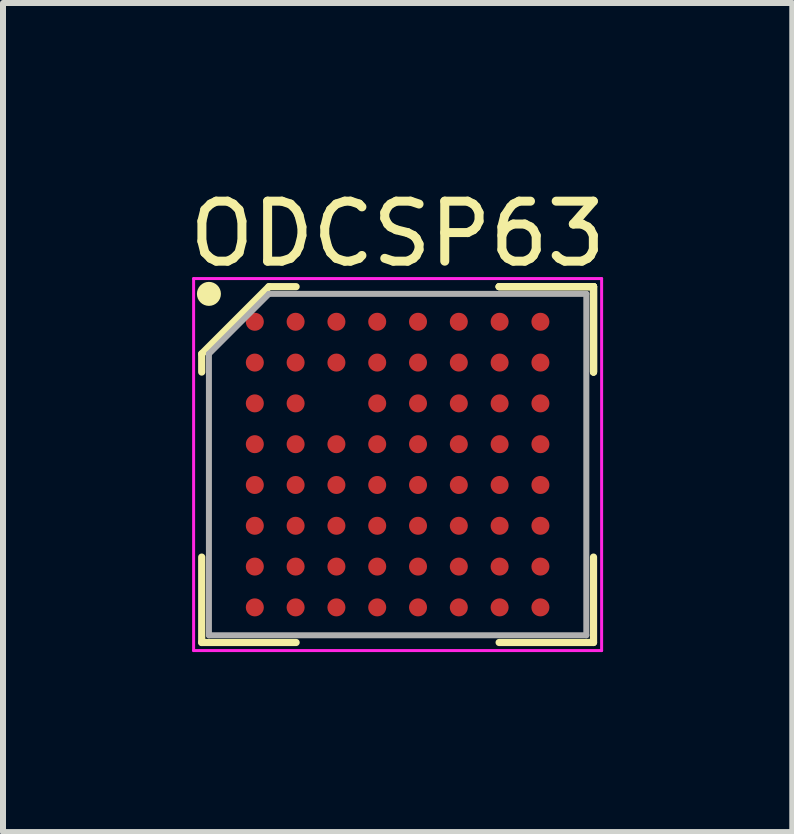
<source format=kicad_pcb>
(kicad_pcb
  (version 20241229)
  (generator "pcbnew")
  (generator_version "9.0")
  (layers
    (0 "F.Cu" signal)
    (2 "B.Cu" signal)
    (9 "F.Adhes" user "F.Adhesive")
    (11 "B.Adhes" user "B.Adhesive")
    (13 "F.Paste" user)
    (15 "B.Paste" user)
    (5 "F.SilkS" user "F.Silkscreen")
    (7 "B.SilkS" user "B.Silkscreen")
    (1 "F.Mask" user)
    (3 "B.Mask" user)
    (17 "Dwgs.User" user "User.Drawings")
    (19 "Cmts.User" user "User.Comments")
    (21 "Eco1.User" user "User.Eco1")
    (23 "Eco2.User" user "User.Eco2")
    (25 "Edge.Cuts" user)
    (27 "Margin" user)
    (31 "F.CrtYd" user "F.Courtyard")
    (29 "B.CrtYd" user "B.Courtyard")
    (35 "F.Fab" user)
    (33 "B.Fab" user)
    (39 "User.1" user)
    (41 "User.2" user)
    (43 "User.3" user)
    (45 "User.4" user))
  (footprint "ODCSP63"
    (layer "F.Cu")
    (at 3.577 4.693)
    (property "Reference" "ODCSP63" (at 0 -3.845 0) (layer "F.SilkS") (effects (font (size 1 1) (thickness 0.15))))
    (attr through_hole)
    (fp_line (start -3.265 -1.845) (end -3.265 -1.542) (stroke (width 0.12) (type solid)) (layer "F.SilkS"))
    (fp_line (start -3.265 2.965) (end -3.265 1.542) (stroke (width 0.12) (type solid)) (layer "F.SilkS"))
    (fp_line (start -2.145 -2.965) (end -3.265 -1.845) (stroke (width 0.12) (type solid)) (layer "F.SilkS"))
    (fp_line (start -1.692 -2.965) (end -2.145 -2.965) (stroke (width 0.12) (type solid)) (layer "F.SilkS"))
    (fp_line (start -1.692 2.965) (end -3.265 2.965) (stroke (width 0.12) (type solid)) (layer "F.SilkS"))
    (fp_line (start 1.692 -2.965) (end 3.265 -2.965) (stroke (width 0.12) (type solid)) (layer "F.SilkS"))
    (fp_line (start 1.692 -2.965) (end 3.265 -2.965) (stroke (width 0.12) (type solid)) (layer "F.SilkS"))
    (fp_line (start 1.692 -2.965) (end 3.265 -2.965) (stroke (width 0.12) (type solid)) (layer "F.SilkS"))
    (fp_line (start 1.692 2.965) (end 3.265 2.965) (stroke (width 0.12) (type solid)) (layer "F.SilkS"))
    (fp_line (start 3.265 -2.965) (end 3.265 -1.542) (stroke (width 0.12) (type solid)) (layer "F.SilkS"))
    (fp_line (start 3.265 -2.965) (end 3.265 -1.542) (stroke (width 0.12) (type solid)) (layer "F.SilkS"))
    (fp_line (start 3.265 -2.965) (end 3.265 -1.542) (stroke (width 0.12) (type solid)) (layer "F.SilkS"))
    (fp_line (start 3.265 2.965) (end 3.265 1.542) (stroke (width 0.12) (type solid)) (layer "F.SilkS"))
    (fp_circle (center -3.145 -2.845) (end -3.145 -2.745) (stroke (width 0.2) (type solid)) (fill no) (layer "F.SilkS"))
    (fp_line (start -3.4 -3.1) (end 3.4 -3.1) (stroke (width 0.05) (type solid)) (layer "F.CrtYd"))
    (fp_line (start -3.4 3.1) (end -3.4 -3.1) (stroke (width 0.05) (type solid)) (layer "F.CrtYd"))
    (fp_line (start 3.4 -3.1) (end 3.4 3.1) (stroke (width 0.05) (type solid)) (layer "F.CrtYd"))
    (fp_line (start 3.4 3.1) (end -3.4 3.1) (stroke (width 0.05) (type solid)) (layer "F.CrtYd"))
    (fp_line (start -3.145 -1.845) (end -3.145 2.845) (stroke (width 0.1) (type solid)) (layer "F.Fab"))
    (fp_line (start -3.145 2.845) (end 3.145 2.845) (stroke (width 0.1) (type solid)) (layer "F.Fab"))
    (fp_line (start -2.145 -2.845) (end -3.145 -1.845) (stroke (width 0.1) (type solid)) (layer "F.Fab"))
    (fp_line (start 3.145 -2.845) (end -2.145 -2.845) (stroke (width 0.1) (type solid)) (layer "F.Fab"))
    (fp_line (start 3.145 2.845) (end 3.145 -2.845) (stroke (width 0.1) (type solid)) (layer "F.Fab"))
    (pad "A1" smd circle (at -2.38 -2.38) (size 0.3 0.3) (layers "F.Cu" "F.Mask" "F.Paste"))
    (pad "A2" smd circle (at -1.7 -2.38) (size 0.3 0.3) (layers "F.Cu" "F.Mask" "F.Paste"))
    (pad "A3" smd circle (at -1.02 -2.38) (size 0.3 0.3) (layers "F.Cu" "F.Mask" "F.Paste"))
    (pad "A4" smd circle (at -0.34 -2.38) (size 0.3 0.3) (layers "F.Cu" "F.Mask" "F.Paste"))
    (pad "A5" smd circle (at 0.34 -2.38) (size 0.3 0.3) (layers "F.Cu" "F.Mask" "F.Paste"))
    (pad "A6" smd circle (at 1.02 -2.38) (size 0.3 0.3) (layers "F.Cu" "F.Mask" "F.Paste"))
    (pad "A7" smd circle (at 1.7 -2.38) (size 0.3 0.3) (layers "F.Cu" "F.Mask" "F.Paste"))
    (pad "A8" smd circle (at 2.38 -2.38) (size 0.3 0.3) (layers "F.Cu" "F.Mask" "F.Paste"))
    (pad "B1" smd circle (at -2.38 -1.7) (size 0.3 0.3) (layers "F.Cu" "F.Mask" "F.Paste"))
    (pad "B2" smd circle (at -1.7 -1.7) (size 0.3 0.3) (layers "F.Cu" "F.Mask" "F.Paste"))
    (pad "B3" smd circle (at -1.02 -1.7) (size 0.3 0.3) (layers "F.Cu" "F.Mask" "F.Paste"))
    (pad "B4" smd circle (at -0.34 -1.7) (size 0.3 0.3) (layers "F.Cu" "F.Mask" "F.Paste"))
    (pad "B5" smd circle (at 0.34 -1.7) (size 0.3 0.3) (layers "F.Cu" "F.Mask" "F.Paste"))
    (pad "B6" smd circle (at 1.02 -1.7) (size 0.3 0.3) (layers "F.Cu" "F.Mask" "F.Paste"))
    (pad "B7" smd circle (at 1.7 -1.7) (size 0.3 0.3) (layers "F.Cu" "F.Mask" "F.Paste"))
    (pad "B8" smd circle (at 2.38 -1.7) (size 0.3 0.3) (layers "F.Cu" "F.Mask" "F.Paste"))
    (pad "C1" smd circle (at -2.38 -1.02) (size 0.3 0.3) (layers "F.Cu" "F.Mask" "F.Paste"))
    (pad "C2" smd circle (at -1.7 -1.02) (size 0.3 0.3) (layers "F.Cu" "F.Mask" "F.Paste"))
    (pad "C4" smd circle (at -0.34 -1.02) (size 0.3 0.3) (layers "F.Cu" "F.Mask" "F.Paste"))
    (pad "C5" smd circle (at 0.34 -1.02) (size 0.3 0.3) (layers "F.Cu" "F.Mask" "F.Paste"))
    (pad "C6" smd circle (at 1.02 -1.02) (size 0.3 0.3) (layers "F.Cu" "F.Mask" "F.Paste"))
    (pad "C7" smd circle (at 1.7 -1.02) (size 0.3 0.3) (layers "F.Cu" "F.Mask" "F.Paste"))
    (pad "C8" smd circle (at 2.38 -1.02) (size 0.3 0.3) (layers "F.Cu" "F.Mask" "F.Paste"))
    (pad "D1" smd circle (at -2.38 -0.34) (size 0.3 0.3) (layers "F.Cu" "F.Mask" "F.Paste"))
    (pad "D2" smd circle (at -1.7 -0.34) (size 0.3 0.3) (layers "F.Cu" "F.Mask" "F.Paste"))
    (pad "D3" smd circle (at -1.02 -0.34) (size 0.3 0.3) (layers "F.Cu" "F.Mask" "F.Paste"))
    (pad "D4" smd circle (at -0.34 -0.34) (size 0.3 0.3) (layers "F.Cu" "F.Mask" "F.Paste"))
    (pad "D5" smd circle (at 0.34 -0.34) (size 0.3 0.3) (layers "F.Cu" "F.Mask" "F.Paste"))
    (pad "D6" smd circle (at 1.02 -0.34) (size 0.3 0.3) (layers "F.Cu" "F.Mask" "F.Paste"))
    (pad "D7" smd circle (at 1.7 -0.34) (size 0.3 0.3) (layers "F.Cu" "F.Mask" "F.Paste"))
    (pad "D8" smd circle (at 2.38 -0.34) (size 0.3 0.3) (layers "F.Cu" "F.Mask" "F.Paste"))
    (pad "E1" smd circle (at -2.38 0.34) (size 0.3 0.3) (layers "F.Cu" "F.Mask" "F.Paste"))
    (pad "E2" smd circle (at -1.7 0.34) (size 0.3 0.3) (layers "F.Cu" "F.Mask" "F.Paste"))
    (pad "E3" smd circle (at -1.02 0.34) (size 0.3 0.3) (layers "F.Cu" "F.Mask" "F.Paste"))
    (pad "E4" smd circle (at -0.34 0.34) (size 0.3 0.3) (layers "F.Cu" "F.Mask" "F.Paste"))
    (pad "E5" smd circle (at 0.34 0.34) (size 0.3 0.3) (layers "F.Cu" "F.Mask" "F.Paste"))
    (pad "E6" smd circle (at 1.02 0.34) (size 0.3 0.3) (layers "F.Cu" "F.Mask" "F.Paste"))
    (pad "E7" smd circle (at 1.7 0.34) (size 0.3 0.3) (layers "F.Cu" "F.Mask" "F.Paste"))
    (pad "E8" smd circle (at 2.38 0.34) (size 0.3 0.3) (layers "F.Cu" "F.Mask" "F.Paste"))
    (pad "F1" smd circle (at -2.38 1.02) (size 0.3 0.3) (layers "F.Cu" "F.Mask" "F.Paste"))
    (pad "F2" smd circle (at -1.7 1.02) (size 0.3 0.3) (layers "F.Cu" "F.Mask" "F.Paste"))
    (pad "F3" smd circle (at -1.02 1.02) (size 0.3 0.3) (layers "F.Cu" "F.Mask" "F.Paste"))
    (pad "F4" smd circle (at -0.34 1.02) (size 0.3 0.3) (layers "F.Cu" "F.Mask" "F.Paste"))
    (pad "F5" smd circle (at 0.34 1.02) (size 0.3 0.3) (layers "F.Cu" "F.Mask" "F.Paste"))
    (pad "F6" smd circle (at 1.02 1.02) (size 0.3 0.3) (layers "F.Cu" "F.Mask" "F.Paste"))
    (pad "F7" smd circle (at 1.7 1.02) (size 0.3 0.3) (layers "F.Cu" "F.Mask" "F.Paste"))
    (pad "F8" smd circle (at 2.38 1.02) (size 0.3 0.3) (layers "F.Cu" "F.Mask" "F.Paste"))
    (pad "G1" smd circle (at -2.38 1.7) (size 0.3 0.3) (layers "F.Cu" "F.Mask" "F.Paste"))
    (pad "G2" smd circle (at -1.7 1.7) (size 0.3 0.3) (layers "F.Cu" "F.Mask" "F.Paste"))
    (pad "G3" smd circle (at -1.02 1.7) (size 0.3 0.3) (layers "F.Cu" "F.Mask" "F.Paste"))
    (pad "G4" smd circle (at -0.34 1.7) (size 0.3 0.3) (layers "F.Cu" "F.Mask" "F.Paste"))
    (pad "G5" smd circle (at 0.34 1.7) (size 0.3 0.3) (layers "F.Cu" "F.Mask" "F.Paste"))
    (pad "G6" smd circle (at 1.02 1.7) (size 0.3 0.3) (layers "F.Cu" "F.Mask" "F.Paste"))
    (pad "G7" smd circle (at 1.7 1.7) (size 0.3 0.3) (layers "F.Cu" "F.Mask" "F.Paste"))
    (pad "G8" smd circle (at 2.38 1.7) (size 0.3 0.3) (layers "F.Cu" "F.Mask" "F.Paste"))
    (pad "H1" smd circle (at -2.38 2.38) (size 0.3 0.3) (layers "F.Cu" "F.Mask" "F.Paste"))
    (pad "H2" smd circle (at -1.7 2.38) (size 0.3 0.3) (layers "F.Cu" "F.Mask" "F.Paste"))
    (pad "H3" smd circle (at -1.02 2.38) (size 0.3 0.3) (layers "F.Cu" "F.Mask" "F.Paste"))
    (pad "H4" smd circle (at -0.34 2.38) (size 0.3 0.3) (layers "F.Cu" "F.Mask" "F.Paste"))
    (pad "H5" smd circle (at 0.34 2.38) (size 0.3 0.3) (layers "F.Cu" "F.Mask" "F.Paste"))
    (pad "H6" smd circle (at 1.02 2.38) (size 0.3 0.3) (layers "F.Cu" "F.Mask" "F.Paste"))
    (pad "H7" smd circle (at 1.7 2.38) (size 0.3 0.3) (layers "F.Cu" "F.Mask" "F.Paste"))
    (pad "H8" smd circle (at 2.38 2.38) (size 0.3 0.3) (layers "F.Cu" "F.Mask" "F.Paste")))
  (gr_rect
    (start -3 -3)
    (end 10.155 10.818)
    (stroke (width 0.1) (type default))
    (fill no)
    (layer "Edge.Cuts")))
</source>
